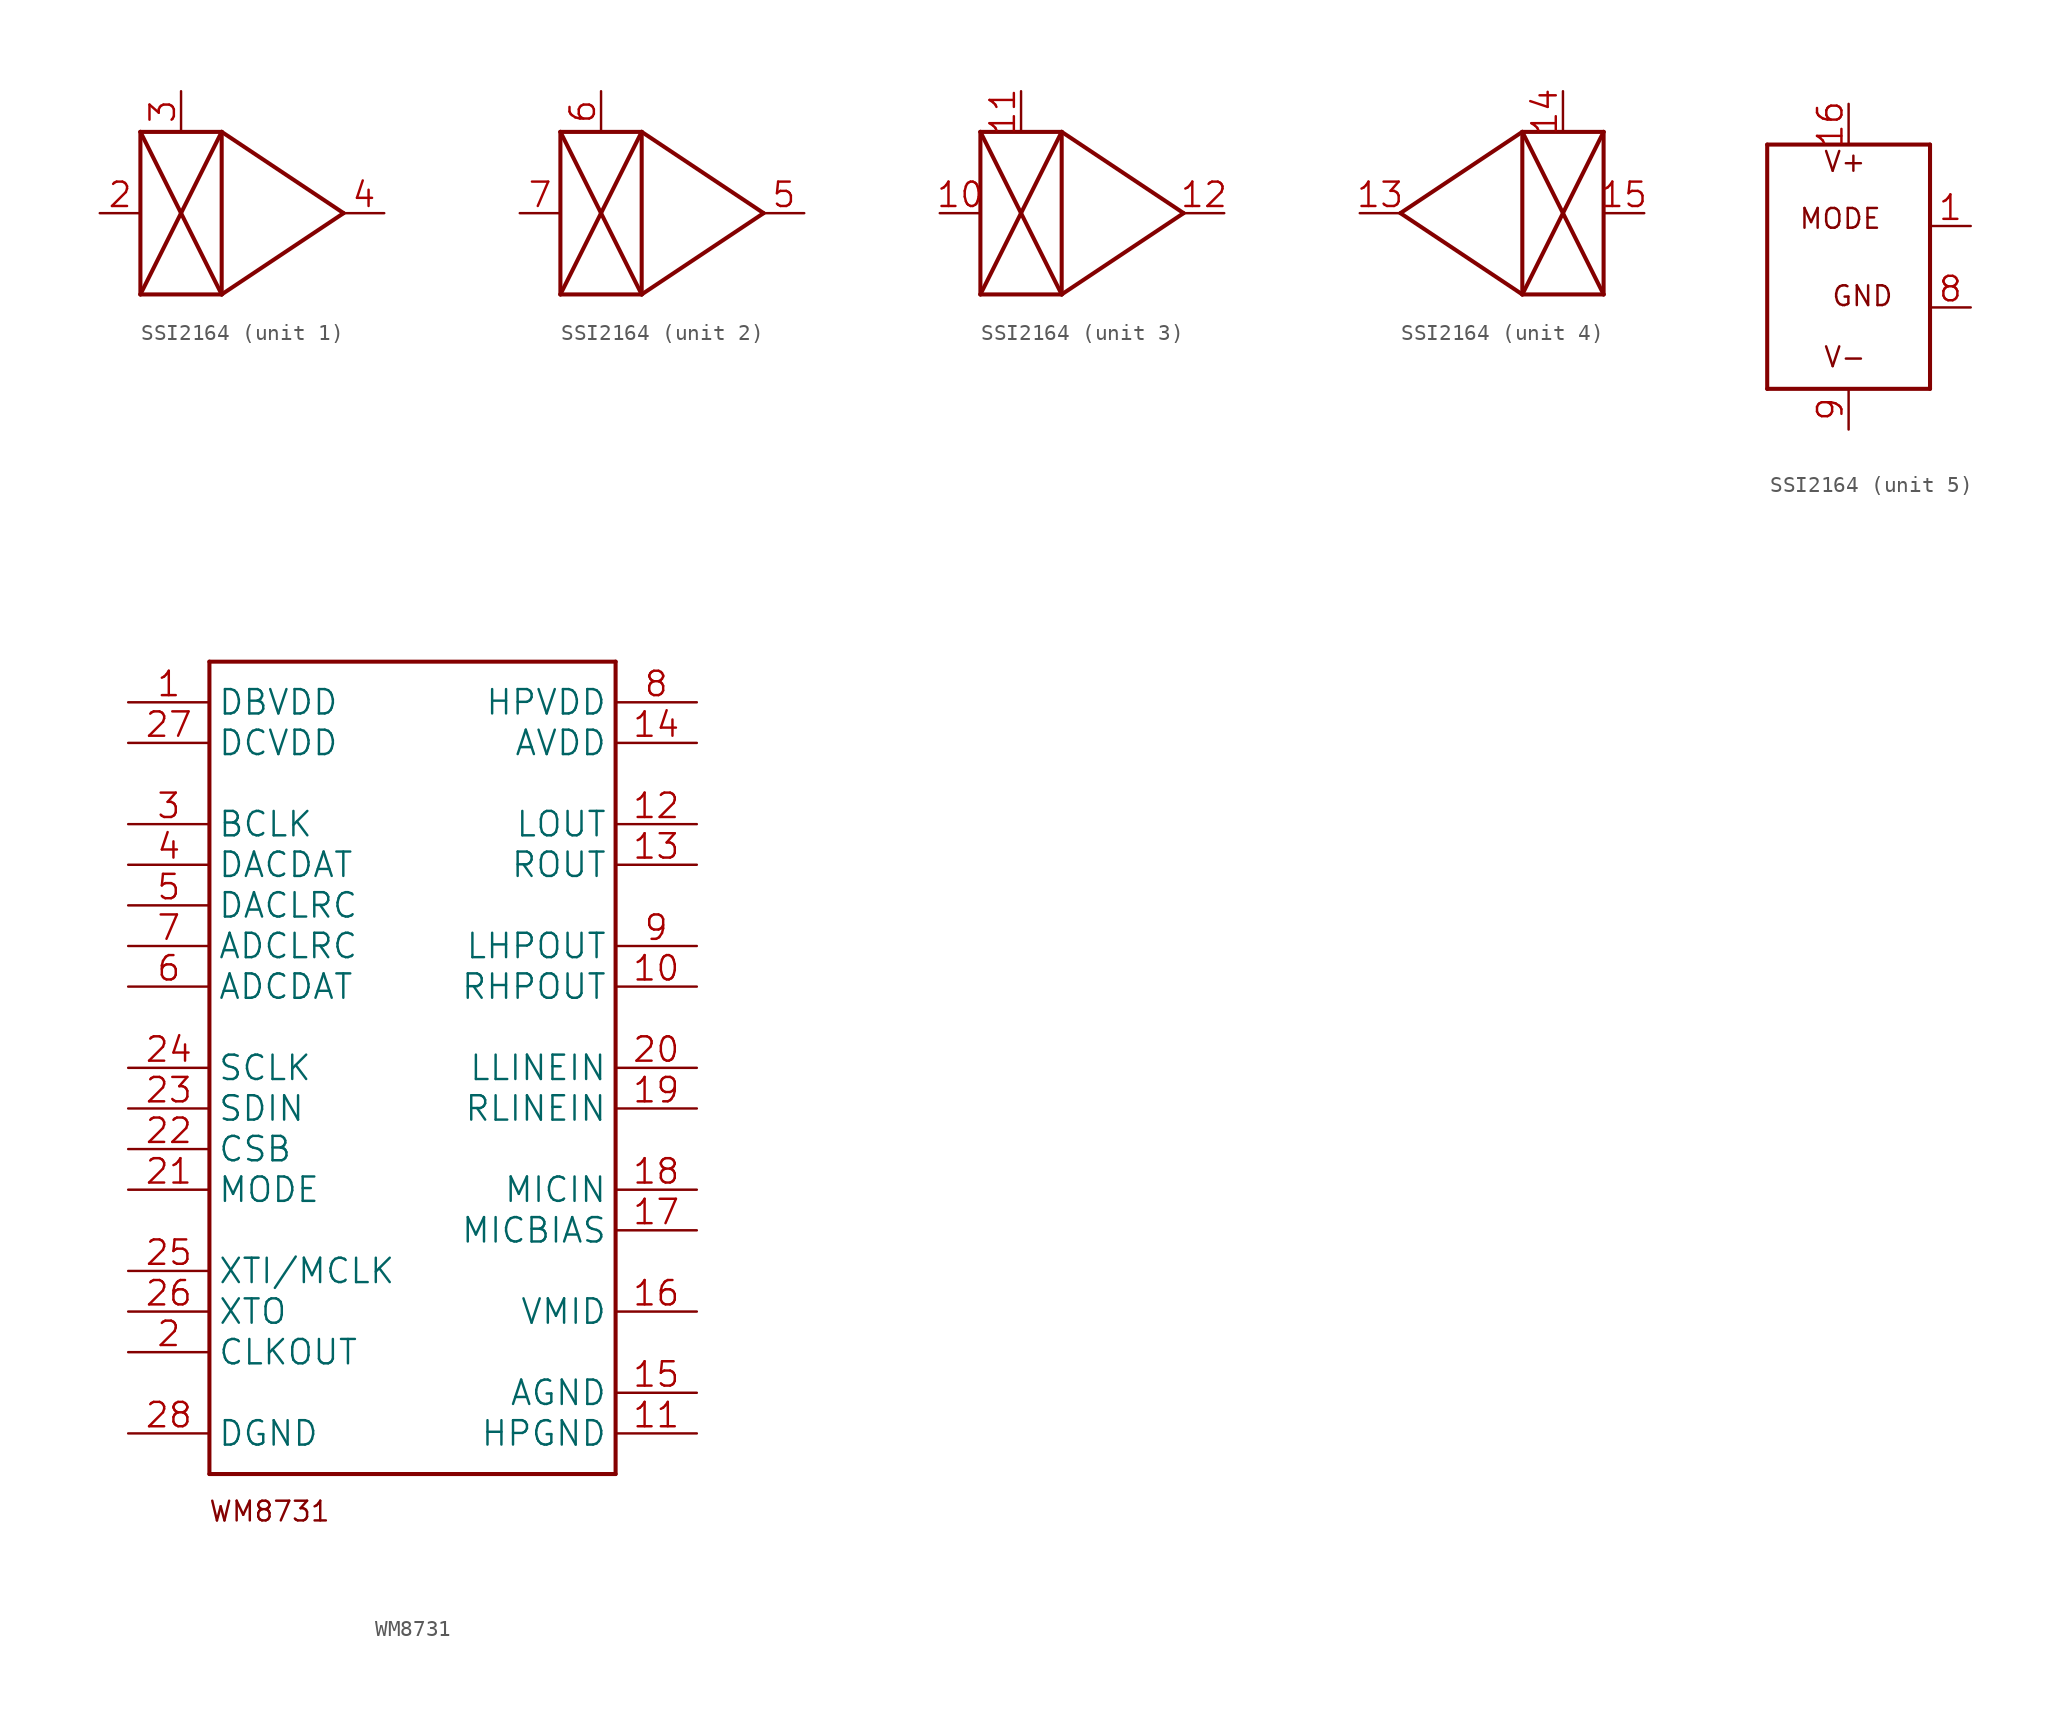
<source format=kicad_sym>
(kicad_symbol_lib
  (version 20241209)
  (generator "kicad_symbol_editor")
  (generator_version "9.0")
  (symbol "SSI2164"
    (property "Reference" "U"
      (at 0 0 0)
      (effects (font (size 1.27 1.27)) (hide yes)))
    (property "ki_locked" ""
      (at 0 0 0)
      (effects (font (size 1.27 1.27))))
    (symbol "SSI2164_1_0"
      (polyline (pts (xy -6.35 5.08) (xy -6.35 -5.08)) (stroke (width 0.254) (type solid)) (fill (type none)))
      (polyline (pts (xy -6.35 5.08) (xy -1.27 -5.08)) (stroke (width 0.254) (type solid)) (fill (type none)))
      (polyline (pts (xy -6.35 -5.08) (xy -1.27 5.08)) (stroke (width 0.254) (type solid)) (fill (type none)))
      (polyline (pts (xy -6.35 -5.08) (xy -1.27 -5.08)) (stroke (width 0.254) (type solid)) (fill (type none)))
      (polyline (pts (xy -1.27 5.08) (xy -6.35 5.08)) (stroke (width 0.254) (type solid)) (fill (type none)))
      (polyline (pts (xy -1.27 5.08) (xy 6.35 0)) (stroke (width 0.254) (type solid)) (fill (type none)))
      (polyline (pts (xy -1.27 -5.08) (xy -1.27 5.08)) (stroke (width 0.254) (type solid)) (fill (type none)))
      (polyline (pts (xy 6.35 0) (xy -1.27 -5.08)) (stroke (width 0.254) (type solid)) (fill (type none)))
      (pin input line (at -8.89 0 0) (length 2.54) (name "IN" (effects (font (size 0 0)))) (number "2" (effects (font (size 1.524 1.524)))))
      (pin input line (at -3.81 7.62 270) (length 2.54) (name "CTRL" (effects (font (size 0 0)))) (number "3" (effects (font (size 1.524 1.524)))))
      (pin output line (at 8.89 0 180) (length 2.54) (name "OUT" (effects (font (size 0 0)))) (number "4" (effects (font (size 1.524 1.524))))))
    (symbol "SSI2164_2_0"
      (polyline (pts (xy -6.35 5.08) (xy -6.35 -5.08)) (stroke (width 0.254) (type solid)) (fill (type none)))
      (polyline (pts (xy -6.35 5.08) (xy -1.27 -5.08)) (stroke (width 0.254) (type solid)) (fill (type none)))
      (polyline (pts (xy -6.35 -5.08) (xy -1.27 5.08)) (stroke (width 0.254) (type solid)) (fill (type none)))
      (polyline (pts (xy -6.35 -5.08) (xy -1.27 -5.08)) (stroke (width 0.254) (type solid)) (fill (type none)))
      (polyline (pts (xy -1.27 5.08) (xy -6.35 5.08)) (stroke (width 0.254) (type solid)) (fill (type none)))
      (polyline (pts (xy -1.27 5.08) (xy 6.35 0)) (stroke (width 0.254) (type solid)) (fill (type none)))
      (polyline (pts (xy -1.27 -5.08) (xy -1.27 5.08)) (stroke (width 0.254) (type solid)) (fill (type none)))
      (polyline (pts (xy 6.35 0) (xy -1.27 -5.08)) (stroke (width 0.254) (type solid)) (fill (type none)))
      (pin input line (at -8.89 0 0) (length 2.54) (name "IN" (effects (font (size 0 0)))) (number "7" (effects (font (size 1.524 1.524)))))
      (pin input line (at -3.81 7.62 270) (length 2.54) (name "CTRL" (effects (font (size 0 0)))) (number "6" (effects (font (size 1.524 1.524)))))
      (pin output line (at 8.89 0 180) (length 2.54) (name "OUT" (effects (font (size 0 0)))) (number "5" (effects (font (size 1.524 1.524))))))
    (symbol "SSI2164_3_0"
      (polyline (pts (xy -6.35 5.08) (xy -6.35 -5.08)) (stroke (width 0.254) (type solid)) (fill (type none)))
      (polyline (pts (xy -6.35 5.08) (xy -1.27 -5.08)) (stroke (width 0.254) (type solid)) (fill (type none)))
      (polyline (pts (xy -6.35 -5.08) (xy -1.27 5.08)) (stroke (width 0.254) (type solid)) (fill (type none)))
      (polyline (pts (xy -6.35 -5.08) (xy -1.27 -5.08)) (stroke (width 0.254) (type solid)) (fill (type none)))
      (polyline (pts (xy -1.27 5.08) (xy -6.35 5.08)) (stroke (width 0.254) (type solid)) (fill (type none)))
      (polyline (pts (xy -1.27 5.08) (xy 6.35 0)) (stroke (width 0.254) (type solid)) (fill (type none)))
      (polyline (pts (xy -1.27 -5.08) (xy -1.27 5.08)) (stroke (width 0.254) (type solid)) (fill (type none)))
      (polyline (pts (xy 6.35 0) (xy -1.27 -5.08)) (stroke (width 0.254) (type solid)) (fill (type none)))
      (pin input line (at -8.89 0 0) (length 2.54) (name "IN" (effects (font (size 0 0)))) (number "10" (effects (font (size 1.524 1.524)))))
      (pin input line (at -3.81 7.62 270) (length 2.54) (name "CTRL" (effects (font (size 0 0)))) (number "11" (effects (font (size 1.524 1.524)))))
      (pin output line (at 8.89 0 180) (length 2.54) (name "OUT" (effects (font (size 0 0)))) (number "12" (effects (font (size 1.524 1.524))))))
    (symbol "SSI2164_4_0"
      (polyline (pts (xy -6.35 0) (xy 1.27 -5.08)) (stroke (width 0.254) (type solid)) (fill (type none)))
      (polyline (pts (xy 1.27 5.08) (xy -6.35 0)) (stroke (width 0.254) (type solid)) (fill (type none)))
      (polyline (pts (xy 1.27 5.08) (xy 6.35 5.08)) (stroke (width 0.254) (type solid)) (fill (type none)))
      (polyline (pts (xy 1.27 -5.08) (xy 1.27 5.08)) (stroke (width 0.254) (type solid)) (fill (type none)))
      (polyline (pts (xy 6.35 5.08) (xy 1.27 -5.08)) (stroke (width 0.254) (type solid)) (fill (type none)))
      (polyline (pts (xy 6.35 5.08) (xy 6.35 -5.08)) (stroke (width 0.254) (type solid)) (fill (type none)))
      (polyline (pts (xy 6.35 -5.08) (xy 1.27 5.08)) (stroke (width 0.254) (type solid)) (fill (type none)))
      (polyline (pts (xy 6.35 -5.08) (xy 1.27 -5.08)) (stroke (width 0.254) (type solid)) (fill (type none)))
      (pin output line (at -8.89 0 0) (length 2.54) (name "OUT" (effects (font (size 0 0)))) (number "13" (effects (font (size 1.524 1.524)))))
      (pin input line (at 3.81 7.62 270) (length 2.54) (name "CTRL" (effects (font (size 0 0)))) (number "14" (effects (font (size 1.524 1.524)))))
      (pin input line (at 8.89 0 180) (length 2.54) (name "IN" (effects (font (size 0 0)))) (number "15" (effects (font (size 1.524 1.524))))))
    (symbol "SSI2164_5_0"
      (polyline (pts (xy -5.08 7.62) (xy 5.08 7.62)) (stroke (width 0.254) (type solid)) (fill (type none)))
      (polyline (pts (xy -5.08 -7.62) (xy -5.08 7.62)) (stroke (width 0.254) (type solid)) (fill (type none)))
      (polyline (pts (xy 5.08 7.62) (xy 5.08 -7.62)) (stroke (width 0.254) (type solid)) (fill (type none)))
      (polyline (pts (xy 5.08 -7.62) (xy -5.08 -7.62)) (stroke (width 0.254) (type solid)) (fill (type none)))
      (text "MODE" (at -3.147 3.717 0) (effects (font (size 1.233 1.233)) (justify left top)))
      (text "V+" (at -1.623 7.273 0) (effects (font (size 1.233 1.233)) (justify left top)))
      (text "V-" (at -1.623 -4.919 0) (effects (font (size 1.233 1.233)) (justify left top)))
      (text "GND" (at -1.115 -1.109 0) (effects (font (size 1.233 1.233)) (justify left top)))
      (pin power_in line (at 0 10.16 270) (length 2.54) (name "V+" (effects (font (size 0 0)))) (number "16" (effects (font (size 1.524 1.524)))))
      (pin power_in line (at 0 -10.16 90) (length 2.54) (name "V-" (effects (font (size 0 0)))) (number "9" (effects (font (size 1.524 1.524)))))
      (pin input line (at 7.62 2.54 180) (length 2.54) (name "MODE" (effects (font (size 0 0)))) (number "1" (effects (font (size 1.524 1.524)))))
      (pin power_in line (at 7.62 -2.54 180) (length 2.54) (name "GND" (effects (font (size 0 0)))) (number "8" (effects (font (size 1.524 1.524)))))))
  (symbol "WM8731"
    (property "Reference" "U"
      (at 0 0 0)
      (effects (font (size 1.27 1.27)) (hide yes)))
    (property "ki_locked" ""
      (at 0 0 0)
      (effects (font (size 1.27 1.27))))
    (symbol "WM8731_1_0"
      (polyline (pts (xy -12.7 25.4) (xy -12.7 -25.4)) (stroke (width 0.254) (type solid)) (fill (type none)))
      (polyline (pts (xy -12.7 -25.4) (xy 12.7 -25.4)) (stroke (width 0.254) (type solid)) (fill (type none)))
      (polyline (pts (xy 12.7 25.4) (xy -12.7 25.4)) (stroke (width 0.254) (type solid)) (fill (type none)))
      (polyline (pts (xy 12.7 -25.4) (xy 12.7 25.4)) (stroke (width 0.254) (type solid)) (fill (type none)))
      (text "WM8731" (at -12.799 -27.017 0) (effects (font (size 1.233 1.233)) (justify left top)))
      (pin bidirectional line (at -17.78 22.86 0) (length 5.08) (name "DBVDD" (effects (font (size 1.524 1.524)))) (number "1" (effects (font (size 1.524 1.524)))))
      (pin bidirectional line (at -17.78 20.32 0) (length 5.08) (name "DCVDD" (effects (font (size 1.524 1.524)))) (number "27" (effects (font (size 1.524 1.524)))))
      (pin bidirectional line (at -17.78 15.24 0) (length 5.08) (name "BCLK" (effects (font (size 1.524 1.524)))) (number "3" (effects (font (size 1.524 1.524)))))
      (pin bidirectional line (at -17.78 12.7 0) (length 5.08) (name "DACDAT" (effects (font (size 1.524 1.524)))) (number "4" (effects (font (size 1.524 1.524)))))
      (pin bidirectional line (at -17.78 10.16 0) (length 5.08) (name "DACLRC" (effects (font (size 1.524 1.524)))) (number "5" (effects (font (size 1.524 1.524)))))
      (pin bidirectional line (at -17.78 7.62 0) (length 5.08) (name "ADCLRC" (effects (font (size 1.524 1.524)))) (number "7" (effects (font (size 1.524 1.524)))))
      (pin bidirectional line (at -17.78 5.08 0) (length 5.08) (name "ADCDAT" (effects (font (size 1.524 1.524)))) (number "6" (effects (font (size 1.524 1.524)))))
      (pin bidirectional line (at -17.78 0 0) (length 5.08) (name "SCLK" (effects (font (size 1.524 1.524)))) (number "24" (effects (font (size 1.524 1.524)))))
      (pin bidirectional line (at -17.78 -2.54 0) (length 5.08) (name "SDIN" (effects (font (size 1.524 1.524)))) (number "23" (effects (font (size 1.524 1.524)))))
      (pin bidirectional line (at -17.78 -5.08 0) (length 5.08) (name "CSB" (effects (font (size 1.524 1.524)))) (number "22" (effects (font (size 1.524 1.524)))))
      (pin bidirectional line (at -17.78 -7.62 0) (length 5.08) (name "MODE" (effects (font (size 1.524 1.524)))) (number "21" (effects (font (size 1.524 1.524)))))
      (pin bidirectional line (at -17.78 -12.7 0) (length 5.08) (name "XTI/MCLK" (effects (font (size 1.524 1.524)))) (number "25" (effects (font (size 1.524 1.524)))))
      (pin bidirectional line (at -17.78 -15.24 0) (length 5.08) (name "XTO" (effects (font (size 1.524 1.524)))) (number "26" (effects (font (size 1.524 1.524)))))
      (pin bidirectional line (at -17.78 -17.78 0) (length 5.08) (name "CLKOUT" (effects (font (size 1.524 1.524)))) (number "2" (effects (font (size 1.524 1.524)))))
      (pin bidirectional line (at -17.78 -22.86 0) (length 5.08) (name "DGND" (effects (font (size 1.524 1.524)))) (number "28" (effects (font (size 1.524 1.524)))))
      (pin bidirectional line (at 17.78 22.86 180) (length 5.08) (name "HPVDD" (effects (font (size 1.524 1.524)))) (number "8" (effects (font (size 1.524 1.524)))))
      (pin bidirectional line (at 17.78 20.32 180) (length 5.08) (name "AVDD" (effects (font (size 1.524 1.524)))) (number "14" (effects (font (size 1.524 1.524)))))
      (pin bidirectional line (at 17.78 15.24 180) (length 5.08) (name "LOUT" (effects (font (size 1.524 1.524)))) (number "12" (effects (font (size 1.524 1.524)))))
      (pin bidirectional line (at 17.78 12.7 180) (length 5.08) (name "ROUT" (effects (font (size 1.524 1.524)))) (number "13" (effects (font (size 1.524 1.524)))))
      (pin bidirectional line (at 17.78 7.62 180) (length 5.08) (name "LHPOUT" (effects (font (size 1.524 1.524)))) (number "9" (effects (font (size 1.524 1.524)))))
      (pin bidirectional line (at 17.78 5.08 180) (length 5.08) (name "RHPOUT" (effects (font (size 1.524 1.524)))) (number "10" (effects (font (size 1.524 1.524)))))
      (pin bidirectional line (at 17.78 0 180) (length 5.08) (name "LLINEIN" (effects (font (size 1.524 1.524)))) (number "20" (effects (font (size 1.524 1.524)))))
      (pin bidirectional line (at 17.78 -2.54 180) (length 5.08) (name "RLINEIN" (effects (font (size 1.524 1.524)))) (number "19" (effects (font (size 1.524 1.524)))))
      (pin bidirectional line (at 17.78 -7.62 180) (length 5.08) (name "MICIN" (effects (font (size 1.524 1.524)))) (number "18" (effects (font (size 1.524 1.524)))))
      (pin bidirectional line (at 17.78 -10.16 180) (length 5.08) (name "MICBIAS" (effects (font (size 1.524 1.524)))) (number "17" (effects (font (size 1.524 1.524)))))
      (pin bidirectional line (at 17.78 -15.24 180) (length 5.08) (name "VMID" (effects (font (size 1.524 1.524)))) (number "16" (effects (font (size 1.524 1.524)))))
      (pin bidirectional line (at 17.78 -20.32 180) (length 5.08) (name "AGND" (effects (font (size 1.524 1.524)))) (number "15" (effects (font (size 1.524 1.524)))))
      (pin bidirectional line (at 17.78 -22.86 180) (length 5.08) (name "HPGND" (effects (font (size 1.524 1.524)))) (number "11" (effects (font (size 1.524 1.524))))))))
</source>
